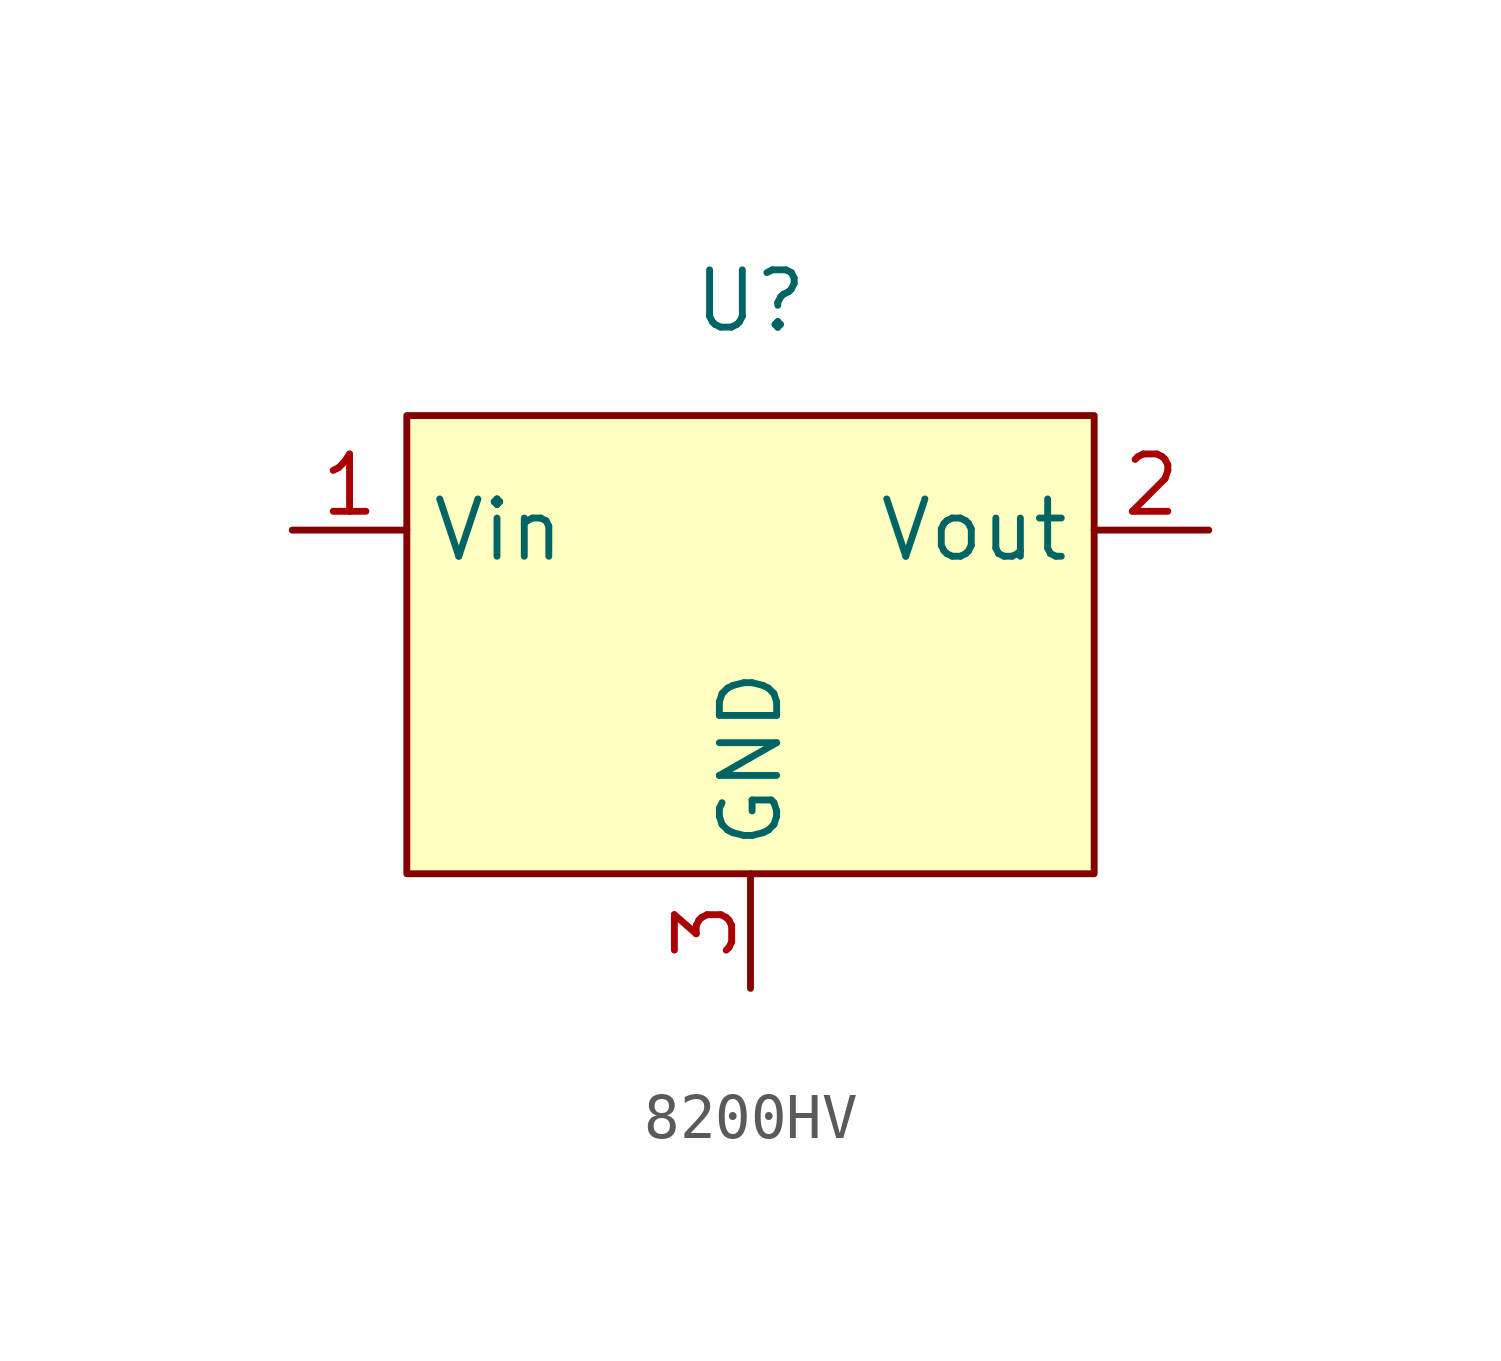
<source format=kicad_sym>
(kicad_symbol_lib
  (version 20220914)
  (generator kicad_symbol_editor)
  (symbol "8200HV"
    (property "Reference" "U"
      (at 0 5.08 0)
      (effects (font (size 1.27 1.27))))
    (property "Value" ""
      (at 0 0 0)
      (effects (font (size 1.27 1.27))))
    (symbol "8200HV_1_1"
      (rectangle (start -7.62 2.54) (end 7.62 -7.62) (stroke (width 0) (type default)) (fill (type background)))
      (pin output line (at -10.16 0 0) (length 2.54) (name "Vin" (effects (font (size 1.27 1.27)))) (number "1" (effects (font (size 1.27 1.27)))))
      (pin output line (at 10.16 0 180) (length 2.54) (name "Vout" (effects (font (size 1.27 1.27)))) (number "2" (effects (font (size 1.27 1.27)))))
      (pin output line (at 0 -10.16 90) (length 2.54) (name "GND" (effects (font (size 1.27 1.27)))) (number "3" (effects (font (size 1.27 1.27))))))))
</source>
